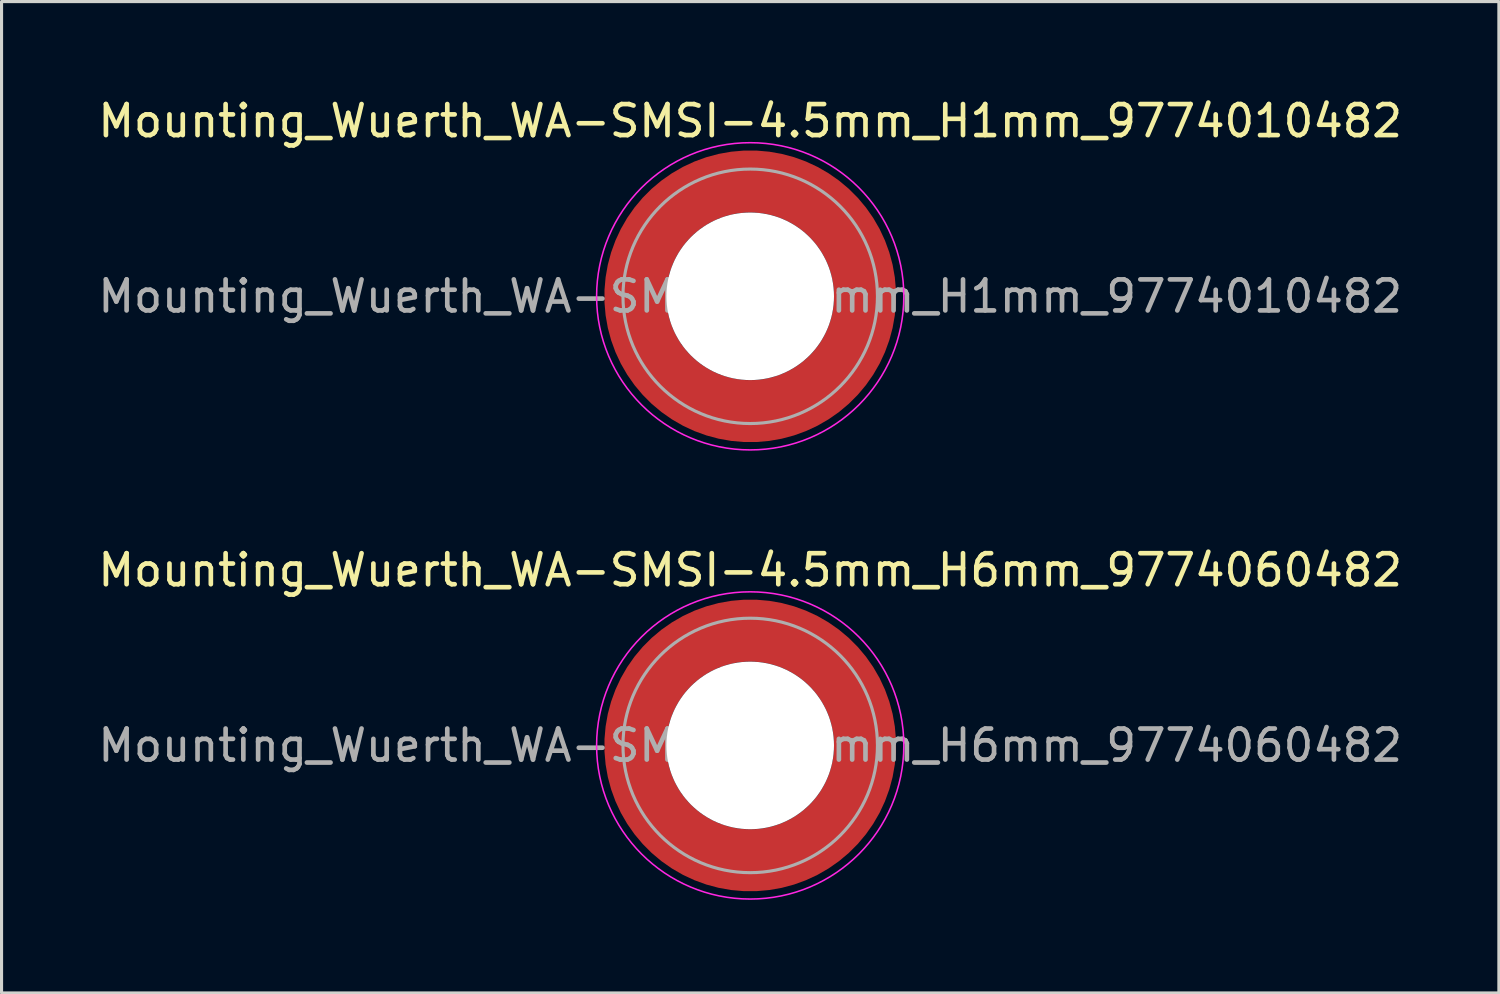
<source format=kicad_pcb>
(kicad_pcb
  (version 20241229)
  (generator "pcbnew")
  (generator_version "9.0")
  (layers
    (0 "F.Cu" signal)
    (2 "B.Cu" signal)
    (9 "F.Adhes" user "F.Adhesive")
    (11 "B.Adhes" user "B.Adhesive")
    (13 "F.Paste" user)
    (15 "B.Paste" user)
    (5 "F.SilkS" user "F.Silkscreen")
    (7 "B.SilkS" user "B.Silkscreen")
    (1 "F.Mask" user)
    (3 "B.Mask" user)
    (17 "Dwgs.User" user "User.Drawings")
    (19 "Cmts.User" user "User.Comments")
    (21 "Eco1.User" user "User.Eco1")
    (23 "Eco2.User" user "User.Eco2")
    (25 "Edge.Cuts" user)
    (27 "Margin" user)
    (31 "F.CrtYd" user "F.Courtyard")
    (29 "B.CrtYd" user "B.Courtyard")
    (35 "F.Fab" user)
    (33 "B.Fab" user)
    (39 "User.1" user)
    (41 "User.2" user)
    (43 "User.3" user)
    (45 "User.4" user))
  (footprint "Mounting_Wuerth_WA-SMSI-4.5mm_H1mm_9774010482"
    (layer "F.Cu")
    (at 21.125 6.498)
    (property "Reference" "Mounting_Wuerth_WA-SMSI-4.5mm_H1mm_9774010482" (at 0 -5.65 0) (layer "F.SilkS") (effects (font (size 1 1) (thickness 0.15))))
    (attr smd)
    (fp_circle (center 0 0) (end 4.95 0) (stroke (width 0.05) (type solid)) (fill no) (layer "F.CrtYd"))
    (fp_circle (center 0 0) (end 4.1 0) (stroke (width 0.1) (type solid)) (fill no) (layer "F.Fab"))
    (fp_text user "${REFERENCE}" (at 0 0 0) (layer "F.Fab") (effects (font (size 1 1) (thickness 0.15))))
    (pad "" smd custom (at -2.607 -2.607) (size 1.495 1.495) (layers "F.Paste") (options (anchor circle)) (primitives (gr_arc (start -0.188183 2.107456) (mid 0.598928 0.599619) (end 2.106494 -0.188011) (width 0.2)) (gr_arc (start -0.289416 2.107456) (mid 0.528508 0.529033) (end 2.106724 -0.28929) (width 0.2)) (gr_arc (start -0.390547 2.107456) (mid 0.457087 0.459449) (end 2.104161 -0.389996) (width 0.2)) (gr_arc (start -0.491585 2.107456) (mid 0.386415 0.389116) (end 2.103685 -0.490974) (width 0.2)) (gr_arc (start -0.59254 2.107456) (mid 0.31649 0.318035) (end 2.105297 -0.592203) (width 0.2)) (gr_arc (start -0.693419 2.107456) (mid 0.245252 0.248268) (end 2.103239 -0.692777) (width 0.2)) (gr_arc (start -0.794229 2.107456) (mid 0.174636 0.177878) (end 2.102921 -0.793558) (width 0.2)) (gr_arc (start -0.894975 2.107456) (mid 0.104643 0.106867) (end 2.104343 -0.894528) (width 0.2)) (gr_arc (start -0.995664 2.107456) (mid 0.033026 0.037479) (end 2.101219 -0.994793) (width 0.2)) (gr_arc (start -1.0963 2.107456) (mid -0.035789 -0.034713) (end 2.105949 -1.096095) (width 0.2)) (gr_arc (start -1.196886 2.107456) (mid -0.106351 -0.105158) (end 2.105783 -1.196667) (width 0.2)) (gr_arc (start -1.297427 2.107456) (mid -0.176416 -0.176097) (end 2.107009 -1.29737) (width 0.2)) (gr_arc (start -1.397927 2.107456) (mid -0.248476 -0.245042) (end 2.102638 -1.397323) (width 0.2)) (gr_arc (start -1.498388 2.107456) (mid -0.317612 -0.316913) (end 2.106475 -1.498268) (width 0.2)) (gr_arc (start -1.598813 2.107456) (mid -0.388865 -0.386665) (end 2.104366 -1.598444) (width 0.2)) (gr_arc (start -1.699204 2.107456) (mid -0.459747 -0.456787) (end 2.103299 -1.698719) (width 0.2)) (gr_arc (start -1.799565 2.107456) (mid -0.530257 -0.527283) (end 2.103277 -1.799089) (width 0.2)) (gr_arc (start -1.899896 2.107456) (mid -0.600396 -0.59815) (end 2.104299 -1.899545) (width 0.2)) (gr_arc (start -1.899896 2.107456) (mid -0.600396 -0.59815) (end 2.104299 -1.899545) (width 0.2)) (gr_line (start 2.107 -0.188) (end 2.107 -1.9) (width 0.2)) (gr_line (start -0.188 2.107) (end -1.9 2.107) (width 0.2))))
    (pad "" smd custom (at -2.607 2.607) (size 1.495 1.495) (layers "F.Paste") (options (anchor circle)) (primitives (gr_arc (start 2.107456 0.188183) (mid 0.599619 -0.598928) (end -0.188011 -2.106494) (width 0.2)) (gr_arc (start 2.107456 0.289416) (mid 0.529033 -0.528508) (end -0.28929 -2.106724) (width 0.2)) (gr_arc (start 2.107456 0.390547) (mid 0.45945 -0.457087) (end -0.389996 -2.104161) (width 0.2)) (gr_arc (start 2.107456 0.491585) (mid 0.389116 -0.386415) (end -0.490974 -2.103685) (width 0.2)) (gr_arc (start 2.107456 0.59254) (mid 0.318035 -0.31649) (end -0.592203 -2.105297) (width 0.2)) (gr_arc (start 2.107456 0.693419) (mid 0.248268 -0.245252) (end -0.692777 -2.103239) (width 0.2)) (gr_arc (start 2.107456 0.794229) (mid 0.177878 -0.174636) (end -0.793558 -2.102921) (width 0.2)) (gr_arc (start 2.107456 0.894975) (mid 0.106867 -0.104643) (end -0.894528 -2.104343) (width 0.2)) (gr_arc (start 2.107456 0.995664) (mid 0.037479 -0.033026) (end -0.994793 -2.101219) (width 0.2)) (gr_arc (start 2.107456 1.0963) (mid -0.034713 0.035789) (end -1.096095 -2.105949) (width 0.2)) (gr_arc (start 2.107456 1.196886) (mid -0.105158 0.106351) (end -1.196667 -2.105783) (width 0.2)) (gr_arc (start 2.107456 1.297427) (mid -0.176097 0.176416) (end -1.29737 -2.107009) (width 0.2)) (gr_arc (start 2.107456 1.397927) (mid -0.245042 0.248476) (end -1.397323 -2.102638) (width 0.2)) (gr_arc (start 2.107456 1.498388) (mid -0.316913 0.317612) (end -1.498268 -2.106475) (width 0.2)) (gr_arc (start 2.107456 1.598813) (mid -0.386665 0.388865) (end -1.598444 -2.104366) (width 0.2)) (gr_arc (start 2.107456 1.699204) (mid -0.456787 0.459747) (end -1.698719 -2.103299) (width 0.2)) (gr_arc (start 2.107456 1.799565) (mid -0.527283 0.530257) (end -1.799089 -2.103277) (width 0.2)) (gr_arc (start 2.107456 1.899896) (mid -0.59815 0.600396) (end -1.899545 -2.104299) (width 0.2)) (gr_arc (start 2.107456 1.899896) (mid -0.59815 0.600396) (end -1.899545 -2.104299) (width 0.2)) (gr_line (start -0.188 -2.107) (end -1.9 -2.107) (width 0.2)) (gr_line (start 2.107 0.188) (end 2.107 1.9) (width 0.2))))
    (pad "" np_thru_hole circle (at 0 0) (size 5.4 5.4) (drill 5.4) (layers "*.Cu" "*.Mask"))
    (pad "" smd custom (at 2.607 -2.607) (size 1.495 1.495) (layers "F.Paste") (options (anchor circle)) (primitives (gr_arc (start -2.107456 -0.188183) (mid -0.599619 0.598928) (end 0.188011 2.106494) (width 0.2)) (gr_arc (start -2.107456 -0.289416) (mid -0.529033 0.528508) (end 0.28929 2.106724) (width 0.2)) (gr_arc (start -2.107456 -0.390547) (mid -0.459449 0.457087) (end 0.389996 2.104161) (width 0.2)) (gr_arc (start -2.107456 -0.491585) (mid -0.389116 0.386415) (end 0.490974 2.103685) (width 0.2)) (gr_arc (start -2.107456 -0.59254) (mid -0.318035 0.31649) (end 0.592203 2.105297) (width 0.2)) (gr_arc (start -2.107456 -0.693419) (mid -0.248268 0.245252) (end 0.692777 2.103239) (width 0.2)) (gr_arc (start -2.107456 -0.794229) (mid -0.177878 0.174636) (end 0.793558 2.102921) (width 0.2)) (gr_arc (start -2.107456 -0.894975) (mid -0.106867 0.104643) (end 0.894528 2.104343) (width 0.2)) (gr_arc (start -2.107456 -0.995664) (mid -0.037479 0.033026) (end 0.994793 2.101219) (width 0.2)) (gr_arc (start -2.107456 -1.0963) (mid 0.034713 -0.035789) (end 1.096095 2.105949) (width 0.2)) (gr_arc (start -2.107456 -1.196886) (mid 0.105158 -0.106351) (end 1.196667 2.105783) (width 0.2)) (gr_arc (start -2.107456 -1.297427) (mid 0.176097 -0.176416) (end 1.29737 2.107009) (width 0.2)) (gr_arc (start -2.107456 -1.397927) (mid 0.245042 -0.248476) (end 1.397323 2.102638) (width 0.2)) (gr_arc (start -2.107456 -1.498388) (mid 0.316913 -0.317612) (end 1.498268 2.106475) (width 0.2)) (gr_arc (start -2.107456 -1.598813) (mid 0.386665 -0.388865) (end 1.598444 2.104366) (width 0.2)) (gr_arc (start -2.107456 -1.699204) (mid 0.456787 -0.459747) (end 1.698719 2.103299) (width 0.2)) (gr_arc (start -2.107456 -1.799565) (mid 0.527283 -0.530257) (end 1.799089 2.103277) (width 0.2)) (gr_arc (start -2.107456 -1.899896) (mid 0.59815 -0.600396) (end 1.899545 2.104299) (width 0.2)) (gr_arc (start -2.107456 -1.899896) (mid 0.59815 -0.600396) (end 1.899545 2.104299) (width 0.2)) (gr_line (start 0.188 2.107) (end 1.9 2.107) (width 0.2)) (gr_line (start -2.107 -0.188) (end -2.107 -1.9) (width 0.2))))
    (pad "" smd custom (at 2.607 2.607) (size 1.495 1.495) (layers "F.Paste") (options (anchor circle)) (primitives (gr_arc (start 0.188183 -2.107456) (mid -0.598928 -0.599619) (end -2.106494 0.188011) (width 0.2)) (gr_arc (start 0.289416 -2.107456) (mid -0.528508 -0.529033) (end -2.106724 0.28929) (width 0.2)) (gr_arc (start 0.390547 -2.107456) (mid -0.457087 -0.459449) (end -2.104161 0.389996) (width 0.2)) (gr_arc (start 0.491585 -2.107456) (mid -0.386415 -0.389116) (end -2.103685 0.490974) (width 0.2)) (gr_arc (start 0.59254 -2.107456) (mid -0.31649 -0.318035) (end -2.105297 0.592203) (width 0.2)) (gr_arc (start 0.693419 -2.107456) (mid -0.245252 -0.248268) (end -2.103239 0.692777) (width 0.2)) (gr_arc (start 0.794229 -2.107456) (mid -0.174636 -0.177878) (end -2.102921 0.793558) (width 0.2)) (gr_arc (start 0.894975 -2.107456) (mid -0.104643 -0.106867) (end -2.104343 0.894528) (width 0.2)) (gr_arc (start 0.995664 -2.107456) (mid -0.033026 -0.037479) (end -2.101219 0.994793) (width 0.2)) (gr_arc (start 1.0963 -2.107456) (mid 0.035789 0.034713) (end -2.105949 1.096095) (width 0.2)) (gr_arc (start 1.196886 -2.107456) (mid 0.106351 0.105158) (end -2.105783 1.196667) (width 0.2)) (gr_arc (start 1.297427 -2.107456) (mid 0.176416 0.176097) (end -2.107009 1.29737) (width 0.2)) (gr_arc (start 1.397927 -2.107456) (mid 0.248476 0.245042) (end -2.102638 1.397323) (width 0.2)) (gr_arc (start 1.498388 -2.107456) (mid 0.317612 0.316913) (end -2.106475 1.498268) (width 0.2)) (gr_arc (start 1.598813 -2.107456) (mid 0.388865 0.386665) (end -2.104366 1.598444) (width 0.2)) (gr_arc (start 1.699204 -2.107456) (mid 0.459747 0.456787) (end -2.103299 1.698719) (width 0.2)) (gr_arc (start 1.799565 -2.107456) (mid 0.530257 0.527283) (end -2.103277 1.799089) (width 0.2)) (gr_arc (start 1.899896 -2.107456) (mid 0.600396 0.59815) (end -2.104299 1.899545) (width 0.2)) (gr_arc (start 1.899896 -2.107456) (mid 0.600396 0.59815) (end -2.104299 1.899545) (width 0.2)) (gr_line (start -2.107 0.188) (end -2.107 1.9) (width 0.2)) (gr_line (start 0.188 -2.107) (end 1.9 -2.107) (width 0.2))))
    (pad "1" smd circle (at -3.7 0) (size 1.6 1.6) (layers "F.Cu"))
    (pad "1" smd circle (at 0 -3.7) (size 1.6 1.6) (layers "F.Cu"))
    (pad "1" smd circle (at 0 3.7) (size 1.6 1.6) (layers "F.Cu"))
    (pad "1" smd custom (at 3.7 0) (size 1.6 1.6) (layers "F.Cu" "F.Mask") (options (anchor circle)) (primitives (gr_circle (center -3.7 0) (end 0 0) (width 2) (fill no)))))
  (footprint "Mounting_Wuerth_WA-SMSI-4.5mm_H6mm_9774060482"
    (layer "F.Cu")
    (at 21.125 20.971)
    (property "Reference" "Mounting_Wuerth_WA-SMSI-4.5mm_H6mm_9774060482" (at 0 -5.65 0) (layer "F.SilkS") (effects (font (size 1 1) (thickness 0.15))))
    (attr smd)
    (fp_circle (center 0 0) (end 4.95 0) (stroke (width 0.05) (type solid)) (fill no) (layer "F.CrtYd"))
    (fp_circle (center 0 0) (end 4.1 0) (stroke (width 0.1) (type solid)) (fill no) (layer "F.Fab"))
    (fp_text user "${REFERENCE}" (at 0 0 0) (layer "F.Fab") (effects (font (size 1 1) (thickness 0.15))))
    (pad "" smd custom (at -2.607 -2.607) (size 1.495 1.495) (layers "F.Paste") (options (anchor circle)) (primitives (gr_arc (start -0.188183 2.107456) (mid 0.598928 0.599619) (end 2.106494 -0.188011) (width 0.2)) (gr_arc (start -0.289416 2.107456) (mid 0.528508 0.529033) (end 2.106724 -0.28929) (width 0.2)) (gr_arc (start -0.390547 2.107456) (mid 0.457087 0.459449) (end 2.104161 -0.389996) (width 0.2)) (gr_arc (start -0.491585 2.107456) (mid 0.386415 0.389116) (end 2.103685 -0.490974) (width 0.2)) (gr_arc (start -0.59254 2.107456) (mid 0.31649 0.318035) (end 2.105297 -0.592203) (width 0.2)) (gr_arc (start -0.693419 2.107456) (mid 0.245252 0.248268) (end 2.103239 -0.692777) (width 0.2)) (gr_arc (start -0.794229 2.107456) (mid 0.174636 0.177878) (end 2.102921 -0.793558) (width 0.2)) (gr_arc (start -0.894975 2.107456) (mid 0.104643 0.106867) (end 2.104343 -0.894528) (width 0.2)) (gr_arc (start -0.995664 2.107456) (mid 0.033026 0.037479) (end 2.101219 -0.994793) (width 0.2)) (gr_arc (start -1.0963 2.107456) (mid -0.035789 -0.034713) (end 2.105949 -1.096095) (width 0.2)) (gr_arc (start -1.196886 2.107456) (mid -0.106351 -0.105158) (end 2.105783 -1.196667) (width 0.2)) (gr_arc (start -1.297427 2.107456) (mid -0.176416 -0.176097) (end 2.107009 -1.29737) (width 0.2)) (gr_arc (start -1.397927 2.107456) (mid -0.248476 -0.245042) (end 2.102638 -1.397323) (width 0.2)) (gr_arc (start -1.498388 2.107456) (mid -0.317612 -0.316913) (end 2.106475 -1.498268) (width 0.2)) (gr_arc (start -1.598813 2.107456) (mid -0.388865 -0.386665) (end 2.104366 -1.598444) (width 0.2)) (gr_arc (start -1.699204 2.107456) (mid -0.459747 -0.456787) (end 2.103299 -1.698719) (width 0.2)) (gr_arc (start -1.799565 2.107456) (mid -0.530257 -0.527283) (end 2.103277 -1.799089) (width 0.2)) (gr_arc (start -1.899896 2.107456) (mid -0.600396 -0.59815) (end 2.104299 -1.899545) (width 0.2)) (gr_arc (start -1.899896 2.107456) (mid -0.600396 -0.59815) (end 2.104299 -1.899545) (width 0.2)) (gr_line (start 2.107 -0.188) (end 2.107 -1.9) (width 0.2)) (gr_line (start -0.188 2.107) (end -1.9 2.107) (width 0.2))))
    (pad "" smd custom (at -2.607 2.607) (size 1.495 1.495) (layers "F.Paste") (options (anchor circle)) (primitives (gr_arc (start 2.107456 0.188183) (mid 0.599619 -0.598928) (end -0.188011 -2.106494) (width 0.2)) (gr_arc (start 2.107456 0.289416) (mid 0.529033 -0.528508) (end -0.28929 -2.106724) (width 0.2)) (gr_arc (start 2.107456 0.390547) (mid 0.45945 -0.457087) (end -0.389996 -2.104161) (width 0.2)) (gr_arc (start 2.107456 0.491585) (mid 0.389116 -0.386415) (end -0.490974 -2.103685) (width 0.2)) (gr_arc (start 2.107456 0.59254) (mid 0.318035 -0.31649) (end -0.592203 -2.105297) (width 0.2)) (gr_arc (start 2.107456 0.693419) (mid 0.248268 -0.245252) (end -0.692777 -2.103239) (width 0.2)) (gr_arc (start 2.107456 0.794229) (mid 0.177878 -0.174636) (end -0.793558 -2.102921) (width 0.2)) (gr_arc (start 2.107456 0.894975) (mid 0.106867 -0.104643) (end -0.894528 -2.104343) (width 0.2)) (gr_arc (start 2.107456 0.995664) (mid 0.037479 -0.033026) (end -0.994793 -2.101219) (width 0.2)) (gr_arc (start 2.107456 1.0963) (mid -0.034713 0.035789) (end -1.096095 -2.105949) (width 0.2)) (gr_arc (start 2.107456 1.196886) (mid -0.105158 0.106351) (end -1.196667 -2.105783) (width 0.2)) (gr_arc (start 2.107456 1.297427) (mid -0.176097 0.176416) (end -1.29737 -2.107009) (width 0.2)) (gr_arc (start 2.107456 1.397927) (mid -0.245042 0.248476) (end -1.397323 -2.102638) (width 0.2)) (gr_arc (start 2.107456 1.498388) (mid -0.316913 0.317612) (end -1.498268 -2.106475) (width 0.2)) (gr_arc (start 2.107456 1.598813) (mid -0.386665 0.388865) (end -1.598444 -2.104366) (width 0.2)) (gr_arc (start 2.107456 1.699204) (mid -0.456787 0.459747) (end -1.698719 -2.103299) (width 0.2)) (gr_arc (start 2.107456 1.799565) (mid -0.527283 0.530257) (end -1.799089 -2.103277) (width 0.2)) (gr_arc (start 2.107456 1.899896) (mid -0.59815 0.600396) (end -1.899545 -2.104299) (width 0.2)) (gr_arc (start 2.107456 1.899896) (mid -0.59815 0.600396) (end -1.899545 -2.104299) (width 0.2)) (gr_line (start -0.188 -2.107) (end -1.9 -2.107) (width 0.2)) (gr_line (start 2.107 0.188) (end 2.107 1.9) (width 0.2))))
    (pad "" np_thru_hole circle (at 0 0) (size 5.4 5.4) (drill 5.4) (layers "*.Cu" "*.Mask"))
    (pad "" smd custom (at 2.607 -2.607) (size 1.495 1.495) (layers "F.Paste") (options (anchor circle)) (primitives (gr_arc (start -2.107456 -0.188183) (mid -0.599619 0.598928) (end 0.188011 2.106494) (width 0.2)) (gr_arc (start -2.107456 -0.289416) (mid -0.529033 0.528508) (end 0.28929 2.106724) (width 0.2)) (gr_arc (start -2.107456 -0.390547) (mid -0.459449 0.457087) (end 0.389996 2.104161) (width 0.2)) (gr_arc (start -2.107456 -0.491585) (mid -0.389116 0.386415) (end 0.490974 2.103685) (width 0.2)) (gr_arc (start -2.107456 -0.59254) (mid -0.318035 0.31649) (end 0.592203 2.105297) (width 0.2)) (gr_arc (start -2.107456 -0.693419) (mid -0.248268 0.245252) (end 0.692777 2.103239) (width 0.2)) (gr_arc (start -2.107456 -0.794229) (mid -0.177878 0.174636) (end 0.793558 2.102921) (width 0.2)) (gr_arc (start -2.107456 -0.894975) (mid -0.106867 0.104643) (end 0.894528 2.104343) (width 0.2)) (gr_arc (start -2.107456 -0.995664) (mid -0.037479 0.033026) (end 0.994793 2.101219) (width 0.2)) (gr_arc (start -2.107456 -1.0963) (mid 0.034713 -0.035789) (end 1.096095 2.105949) (width 0.2)) (gr_arc (start -2.107456 -1.196886) (mid 0.105158 -0.106351) (end 1.196667 2.105783) (width 0.2)) (gr_arc (start -2.107456 -1.297427) (mid 0.176097 -0.176416) (end 1.29737 2.107009) (width 0.2)) (gr_arc (start -2.107456 -1.397927) (mid 0.245042 -0.248476) (end 1.397323 2.102638) (width 0.2)) (gr_arc (start -2.107456 -1.498388) (mid 0.316913 -0.317612) (end 1.498268 2.106475) (width 0.2)) (gr_arc (start -2.107456 -1.598813) (mid 0.386665 -0.388865) (end 1.598444 2.104366) (width 0.2)) (gr_arc (start -2.107456 -1.699204) (mid 0.456787 -0.459747) (end 1.698719 2.103299) (width 0.2)) (gr_arc (start -2.107456 -1.799565) (mid 0.527283 -0.530257) (end 1.799089 2.103277) (width 0.2)) (gr_arc (start -2.107456 -1.899896) (mid 0.59815 -0.600396) (end 1.899545 2.104299) (width 0.2)) (gr_arc (start -2.107456 -1.899896) (mid 0.59815 -0.600396) (end 1.899545 2.104299) (width 0.2)) (gr_line (start 0.188 2.107) (end 1.9 2.107) (width 0.2)) (gr_line (start -2.107 -0.188) (end -2.107 -1.9) (width 0.2))))
    (pad "" smd custom (at 2.607 2.607) (size 1.495 1.495) (layers "F.Paste") (options (anchor circle)) (primitives (gr_arc (start 0.188183 -2.107456) (mid -0.598928 -0.599619) (end -2.106494 0.188011) (width 0.2)) (gr_arc (start 0.289416 -2.107456) (mid -0.528508 -0.529033) (end -2.106724 0.28929) (width 0.2)) (gr_arc (start 0.390547 -2.107456) (mid -0.457087 -0.459449) (end -2.104161 0.389996) (width 0.2)) (gr_arc (start 0.491585 -2.107456) (mid -0.386415 -0.389116) (end -2.103685 0.490974) (width 0.2)) (gr_arc (start 0.59254 -2.107456) (mid -0.31649 -0.318035) (end -2.105297 0.592203) (width 0.2)) (gr_arc (start 0.693419 -2.107456) (mid -0.245252 -0.248268) (end -2.103239 0.692777) (width 0.2)) (gr_arc (start 0.794229 -2.107456) (mid -0.174636 -0.177878) (end -2.102921 0.793558) (width 0.2)) (gr_arc (start 0.894975 -2.107456) (mid -0.104643 -0.106867) (end -2.104343 0.894528) (width 0.2)) (gr_arc (start 0.995664 -2.107456) (mid -0.033026 -0.037479) (end -2.101219 0.994793) (width 0.2)) (gr_arc (start 1.0963 -2.107456) (mid 0.035789 0.034713) (end -2.105949 1.096095) (width 0.2)) (gr_arc (start 1.196886 -2.107456) (mid 0.106351 0.105158) (end -2.105783 1.196667) (width 0.2)) (gr_arc (start 1.297427 -2.107456) (mid 0.176416 0.176097) (end -2.107009 1.29737) (width 0.2)) (gr_arc (start 1.397927 -2.107456) (mid 0.248476 0.245042) (end -2.102638 1.397323) (width 0.2)) (gr_arc (start 1.498388 -2.107456) (mid 0.317612 0.316913) (end -2.106475 1.498268) (width 0.2)) (gr_arc (start 1.598813 -2.107456) (mid 0.388865 0.386665) (end -2.104366 1.598444) (width 0.2)) (gr_arc (start 1.699204 -2.107456) (mid 0.459747 0.456787) (end -2.103299 1.698719) (width 0.2)) (gr_arc (start 1.799565 -2.107456) (mid 0.530257 0.527283) (end -2.103277 1.799089) (width 0.2)) (gr_arc (start 1.899896 -2.107456) (mid 0.600396 0.59815) (end -2.104299 1.899545) (width 0.2)) (gr_arc (start 1.899896 -2.107456) (mid 0.600396 0.59815) (end -2.104299 1.899545) (width 0.2)) (gr_line (start -2.107 0.188) (end -2.107 1.9) (width 0.2)) (gr_line (start 0.188 -2.107) (end 1.9 -2.107) (width 0.2))))
    (pad "1" smd circle (at -3.7 0) (size 1.6 1.6) (layers "F.Cu"))
    (pad "1" smd circle (at 0 -3.7) (size 1.6 1.6) (layers "F.Cu"))
    (pad "1" smd circle (at 0 3.7) (size 1.6 1.6) (layers "F.Cu"))
    (pad "1" smd custom (at 3.7 0) (size 1.6 1.6) (layers "F.Cu" "F.Mask") (options (anchor circle)) (primitives (gr_circle (center -3.7 0) (end 0 0) (width 2) (fill no)))))
  (gr_rect
    (start -3 -3)
    (end 45.25 28.947)
    (stroke (width 0.1) (type default))
    (fill no)
    (layer "Edge.Cuts")))
</source>
